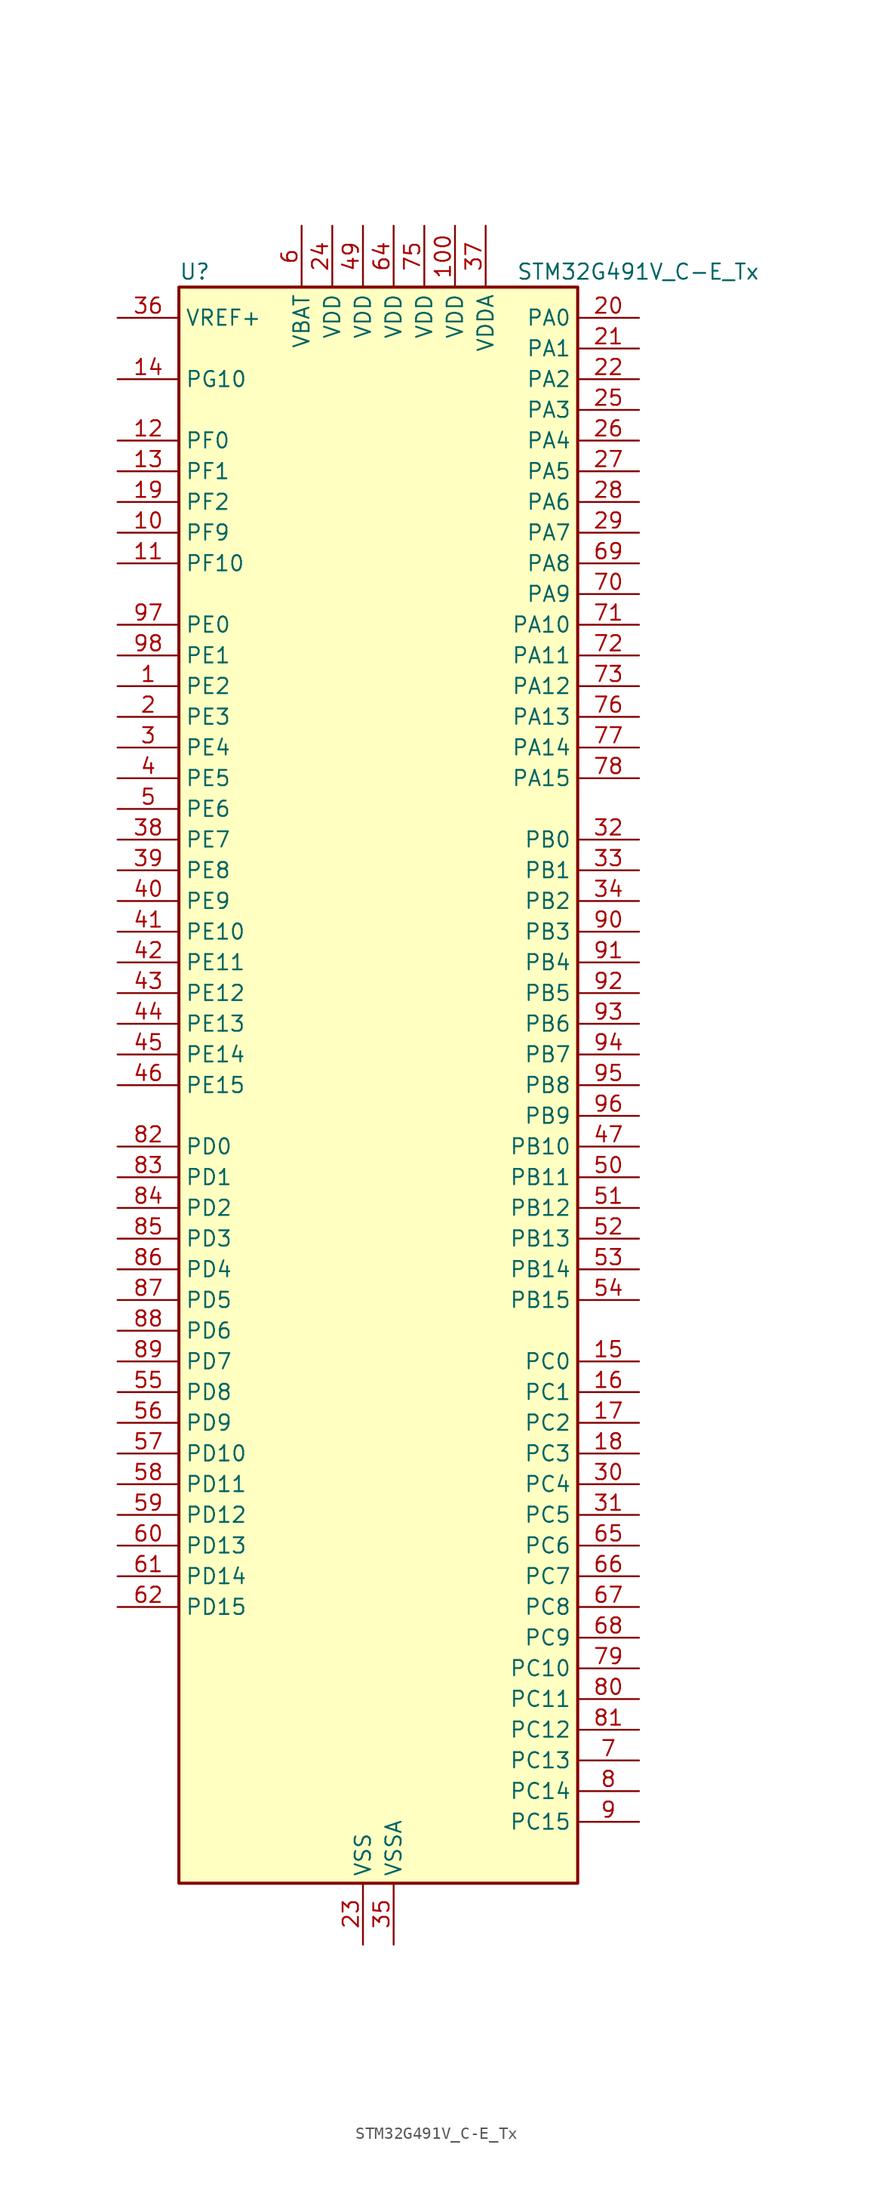
<source format=kicad_sym>
(kicad_symbol_lib
  (version 20231120)
  (generator "kicad_symbol_editor")
  (generator_version "8.0")
  (symbol "STM32G491V_C-E_Tx"
    (property "Reference" "U"
      (at -15.24 67.31 0)
      (effects (font (size 1.27 1.27)) (justify left)))
    (property "Value" "STM32G491V_C-E_Tx"
      (at 12.7 67.31 0)
      (effects (font (size 1.27 1.27)) (justify left)))
    (property "ki_locked" ""
      (at 0 0 0)
      (effects (font (size 1.27 1.27))))
    (symbol "STM32G491V_C-E_Tx_0_1"
      (rectangle (start -15.24 -66.04) (end 17.78 66.04) (stroke (width 0.254) (type default)) (fill (type background))))
    (symbol "STM32G491V_C-E_Tx_1_1"
      (pin bidirectional line (at -20.32 33.02 0) (length 5.08) (name "PE2" (effects (font (size 1.27 1.27)))) (number "1" (effects (font (size 1.27 1.27)))) (alternate "ADC3_EXTI2" bidirectional line) (alternate "SAI1_CK1" bidirectional line) (alternate "SAI1_MCLK_A" bidirectional line) (alternate "SYS_TRACECLK" bidirectional line) (alternate "TIM20_CH1" bidirectional line) (alternate "TIM3_CH1" bidirectional line))
      (pin bidirectional line (at -20.32 45.72 0) (length 5.08) (name "PF9" (effects (font (size 1.27 1.27)))) (number "10" (effects (font (size 1.27 1.27)))) (alternate "DAC1_EXTI9" bidirectional line) (alternate "DAC3_EXTI9" bidirectional line) (alternate "QUADSPI1_BK1_IO1" bidirectional line) (alternate "SAI1_FS_B" bidirectional line) (alternate "SPI2_SCK" bidirectional line) (alternate "TIM15_CH1" bidirectional line) (alternate "TIM20_BKIN" bidirectional line))
      (pin power_in line (at 7.62 71.12 270) (length 5.08) (name "VDD" (effects (font (size 1.27 1.27)))) (number "100" (effects (font (size 1.27 1.27)))))
      (pin bidirectional line (at -20.32 43.18 0) (length 5.08) (name "PF10" (effects (font (size 1.27 1.27)))) (number "11" (effects (font (size 1.27 1.27)))) (alternate "DAC1_EXTI10" bidirectional line) (alternate "DAC3_EXTI10" bidirectional line) (alternate "QUADSPI1_CLK" bidirectional line) (alternate "SAI1_D3" bidirectional line) (alternate "SPI2_SCK" bidirectional line) (alternate "TIM15_CH2" bidirectional line) (alternate "TIM20_BKIN2" bidirectional line))
      (pin bidirectional line (at -20.32 53.34 0) (length 5.08) (name "PF0" (effects (font (size 1.27 1.27)))) (number "12" (effects (font (size 1.27 1.27)))) (alternate "ADC1_IN10" bidirectional line) (alternate "I2C2_SDA" bidirectional line) (alternate "I2S2_WS" bidirectional line) (alternate "RCC_OSC_IN" bidirectional line) (alternate "SPI2_NSS" bidirectional line) (alternate "TIM1_CH3N" bidirectional line))
      (pin bidirectional line (at -20.32 50.8 0) (length 5.08) (name "PF1" (effects (font (size 1.27 1.27)))) (number "13" (effects (font (size 1.27 1.27)))) (alternate "ADC2_IN10" bidirectional line) (alternate "COMP3_INM" bidirectional line) (alternate "I2S2_CK" bidirectional line) (alternate "RCC_OSC_OUT" bidirectional line) (alternate "SPI2_SCK" bidirectional line))
      (pin bidirectional line (at -20.32 58.42 0) (length 5.08) (name "PG10" (effects (font (size 1.27 1.27)))) (number "14" (effects (font (size 1.27 1.27)))) (alternate "DAC1_EXTI10" bidirectional line) (alternate "DAC3_EXTI10" bidirectional line) (alternate "RCC_MCO" bidirectional line))
      (pin bidirectional line (at 22.86 -22.86 180) (length 5.08) (name "PC0" (effects (font (size 1.27 1.27)))) (number "15" (effects (font (size 1.27 1.27)))) (alternate "ADC1_IN6" bidirectional line) (alternate "ADC2_IN6" bidirectional line) (alternate "COMP3_INM" bidirectional line) (alternate "LPTIM1_IN1" bidirectional line) (alternate "LPUART1_RX" bidirectional line) (alternate "TIM1_CH1" bidirectional line))
      (pin bidirectional line (at 22.86 -25.4 180) (length 5.08) (name "PC1" (effects (font (size 1.27 1.27)))) (number "16" (effects (font (size 1.27 1.27)))) (alternate "ADC1_IN7" bidirectional line) (alternate "ADC2_IN7" bidirectional line) (alternate "COMP3_INP" bidirectional line) (alternate "LPTIM1_OUT" bidirectional line) (alternate "LPUART1_TX" bidirectional line) (alternate "QUADSPI1_BK2_IO0" bidirectional line) (alternate "SAI1_SD_A" bidirectional line) (alternate "TIM1_CH2" bidirectional line))
      (pin bidirectional line (at 22.86 -27.94 180) (length 5.08) (name "PC2" (effects (font (size 1.27 1.27)))) (number "17" (effects (font (size 1.27 1.27)))) (alternate "ADC1_IN8" bidirectional line) (alternate "ADC2_IN8" bidirectional line) (alternate "ADC3_EXTI2" bidirectional line) (alternate "COMP3_OUT" bidirectional line) (alternate "LPTIM1_IN2" bidirectional line) (alternate "QUADSPI1_BK2_IO1" bidirectional line) (alternate "TIM1_CH3" bidirectional line) (alternate "TIM20_CH2" bidirectional line))
      (pin bidirectional line (at 22.86 -30.48 180) (length 5.08) (name "PC3" (effects (font (size 1.27 1.27)))) (number "18" (effects (font (size 1.27 1.27)))) (alternate "ADC1_IN9" bidirectional line) (alternate "ADC2_IN9" bidirectional line) (alternate "ADC3_EXTI3" bidirectional line) (alternate "LPTIM1_ETR" bidirectional line) (alternate "QUADSPI1_BK2_IO2" bidirectional line) (alternate "SAI1_D1" bidirectional line) (alternate "SAI1_SD_A" bidirectional line) (alternate "TIM1_BKIN2" bidirectional line) (alternate "TIM1_CH4" bidirectional line))
      (pin bidirectional line (at -20.32 48.26 0) (length 5.08) (name "PF2" (effects (font (size 1.27 1.27)))) (number "19" (effects (font (size 1.27 1.27)))) (alternate "ADC3_EXTI2" bidirectional line) (alternate "I2C2_SMBA" bidirectional line) (alternate "TIM20_CH3" bidirectional line))
      (pin bidirectional line (at -20.32 30.48 0) (length 5.08) (name "PE3" (effects (font (size 1.27 1.27)))) (number "2" (effects (font (size 1.27 1.27)))) (alternate "ADC3_EXTI3" bidirectional line) (alternate "SAI1_SD_B" bidirectional line) (alternate "SYS_TRACED0" bidirectional line) (alternate "TIM20_CH2" bidirectional line) (alternate "TIM3_CH2" bidirectional line))
      (pin bidirectional line (at 22.86 63.5 180) (length 5.08) (name "PA0" (effects (font (size 1.27 1.27)))) (number "20" (effects (font (size 1.27 1.27)))) (alternate "ADC1_IN1" bidirectional line) (alternate "ADC2_IN1" bidirectional line) (alternate "COMP1_INM" bidirectional line) (alternate "COMP1_OUT" bidirectional line) (alternate "COMP3_INP" bidirectional line) (alternate "RTC_TAMP2" bidirectional line) (alternate "SYS_WKUP1" bidirectional line) (alternate "TIM2_CH1" bidirectional line) (alternate "TIM2_ETR" bidirectional line) (alternate "TIM8_BKIN" bidirectional line) (alternate "TIM8_ETR" bidirectional line) (alternate "USART2_CTS" bidirectional line) (alternate "USART2_NSS" bidirectional line))
      (pin bidirectional line (at 22.86 60.96 180) (length 5.08) (name "PA1" (effects (font (size 1.27 1.27)))) (number "21" (effects (font (size 1.27 1.27)))) (alternate "ADC1_IN2" bidirectional line) (alternate "ADC2_IN2" bidirectional line) (alternate "COMP1_INP" bidirectional line) (alternate "OPAMP1_VINP" bidirectional line) (alternate "OPAMP1_VINP_SEC" bidirectional line) (alternate "OPAMP3_VINP" bidirectional line) (alternate "OPAMP3_VINP_SEC" bidirectional line) (alternate "OPAMP6_VINM" bidirectional line) (alternate "OPAMP6_VINM0" bidirectional line) (alternate "OPAMP6_VINM_SEC" bidirectional line) (alternate "RTC_REFIN" bidirectional line) (alternate "TIM15_CH1N" bidirectional line) (alternate "TIM2_CH2" bidirectional line) (alternate "USART2_DE" bidirectional line) (alternate "USART2_RTS" bidirectional line))
      (pin bidirectional line (at 22.86 58.42 180) (length 5.08) (name "PA2" (effects (font (size 1.27 1.27)))) (number "22" (effects (font (size 1.27 1.27)))) (alternate "ADC1_IN3" bidirectional line) (alternate "ADC3_EXTI2" bidirectional line) (alternate "COMP2_INM" bidirectional line) (alternate "COMP2_OUT" bidirectional line) (alternate "LPUART1_TX" bidirectional line) (alternate "OPAMP1_VOUT" bidirectional line) (alternate "QUADSPI1_BK1_NCS" bidirectional line) (alternate "RCC_LSCO" bidirectional line) (alternate "SYS_WKUP4" bidirectional line) (alternate "TIM15_CH1" bidirectional line) (alternate "TIM2_CH3" bidirectional line) (alternate "UCPD1_FRSTX1" bidirectional line) (alternate "UCPD1_FRSTX2" bidirectional line) (alternate "USART2_TX" bidirectional line))
      (pin power_in line (at 0 -71.12 90) (length 5.08) (name "VSS" (effects (font (size 1.27 1.27)))) (number "23" (effects (font (size 1.27 1.27)))))
      (pin power_in line (at -2.54 71.12 270) (length 5.08) (name "VDD" (effects (font (size 1.27 1.27)))) (number "24" (effects (font (size 1.27 1.27)))))
      (pin bidirectional line (at 22.86 55.88 180) (length 5.08) (name "PA3" (effects (font (size 1.27 1.27)))) (number "25" (effects (font (size 1.27 1.27)))) (alternate "ADC1_IN4" bidirectional line) (alternate "ADC3_EXTI3" bidirectional line) (alternate "COMP2_INP" bidirectional line) (alternate "LPUART1_RX" bidirectional line) (alternate "OPAMP1_VINM" bidirectional line) (alternate "OPAMP1_VINM0" bidirectional line) (alternate "OPAMP1_VINM_SEC" bidirectional line) (alternate "OPAMP1_VINP" bidirectional line) (alternate "OPAMP1_VINP_SEC" bidirectional line) (alternate "QUADSPI1_CLK" bidirectional line) (alternate "SAI1_CK1" bidirectional line) (alternate "SAI1_MCLK_A" bidirectional line) (alternate "TIM15_CH2" bidirectional line) (alternate "TIM2_CH4" bidirectional line) (alternate "USART2_RX" bidirectional line))
      (pin bidirectional line (at 22.86 53.34 180) (length 5.08) (name "PA4" (effects (font (size 1.27 1.27)))) (number "26" (effects (font (size 1.27 1.27)))) (alternate "ADC2_IN17" bidirectional line) (alternate "COMP1_INM" bidirectional line) (alternate "DAC1_OUT1" bidirectional line) (alternate "I2S3_WS" bidirectional line) (alternate "SAI1_FS_B" bidirectional line) (alternate "SPI1_NSS" bidirectional line) (alternate "SPI3_NSS" bidirectional line) (alternate "TIM3_CH2" bidirectional line) (alternate "USART2_CK" bidirectional line))
      (pin bidirectional line (at 22.86 50.8 180) (length 5.08) (name "PA5" (effects (font (size 1.27 1.27)))) (number "27" (effects (font (size 1.27 1.27)))) (alternate "ADC2_IN13" bidirectional line) (alternate "COMP2_INM" bidirectional line) (alternate "DAC1_OUT2" bidirectional line) (alternate "OPAMP2_VINM" bidirectional line) (alternate "OPAMP2_VINM0" bidirectional line) (alternate "OPAMP2_VINM_SEC" bidirectional line) (alternate "SPI1_SCK" bidirectional line) (alternate "TIM2_CH1" bidirectional line) (alternate "TIM2_ETR" bidirectional line) (alternate "UCPD1_FRSTX1" bidirectional line) (alternate "UCPD1_FRSTX2" bidirectional line))
      (pin bidirectional line (at 22.86 48.26 180) (length 5.08) (name "PA6" (effects (font (size 1.27 1.27)))) (number "28" (effects (font (size 1.27 1.27)))) (alternate "ADC2_IN3" bidirectional line) (alternate "COMP1_OUT" bidirectional line) (alternate "LPUART1_CTS" bidirectional line) (alternate "OPAMP2_VOUT" bidirectional line) (alternate "QUADSPI1_BK1_IO3" bidirectional line) (alternate "SPI1_MISO" bidirectional line) (alternate "TIM16_CH1" bidirectional line) (alternate "TIM1_BKIN" bidirectional line) (alternate "TIM3_CH1" bidirectional line) (alternate "TIM8_BKIN" bidirectional line))
      (pin bidirectional line (at 22.86 45.72 180) (length 5.08) (name "PA7" (effects (font (size 1.27 1.27)))) (number "29" (effects (font (size 1.27 1.27)))) (alternate "ADC2_IN4" bidirectional line) (alternate "COMP2_INP" bidirectional line) (alternate "COMP2_OUT" bidirectional line) (alternate "OPAMP1_VINP" bidirectional line) (alternate "OPAMP1_VINP_SEC" bidirectional line) (alternate "OPAMP2_VINP" bidirectional line) (alternate "OPAMP2_VINP_SEC" bidirectional line) (alternate "QUADSPI1_BK1_IO2" bidirectional line) (alternate "SPI1_MOSI" bidirectional line) (alternate "TIM17_CH1" bidirectional line) (alternate "TIM1_CH1N" bidirectional line) (alternate "TIM3_CH2" bidirectional line) (alternate "TIM8_CH1N" bidirectional line) (alternate "UCPD1_FRSTX1" bidirectional line) (alternate "UCPD1_FRSTX2" bidirectional line))
      (pin bidirectional line (at -20.32 27.94 0) (length 5.08) (name "PE4" (effects (font (size 1.27 1.27)))) (number "3" (effects (font (size 1.27 1.27)))) (alternate "SAI1_D2" bidirectional line) (alternate "SAI1_FS_A" bidirectional line) (alternate "SYS_TRACED1" bidirectional line) (alternate "TIM20_CH1N" bidirectional line) (alternate "TIM3_CH3" bidirectional line))
      (pin bidirectional line (at 22.86 -33.02 180) (length 5.08) (name "PC4" (effects (font (size 1.27 1.27)))) (number "30" (effects (font (size 1.27 1.27)))) (alternate "ADC2_IN5" bidirectional line) (alternate "I2C2_SCL" bidirectional line) (alternate "QUADSPI1_BK2_IO3" bidirectional line) (alternate "TIM1_ETR" bidirectional line) (alternate "USART1_TX" bidirectional line))
      (pin bidirectional line (at 22.86 -35.56 180) (length 5.08) (name "PC5" (effects (font (size 1.27 1.27)))) (number "31" (effects (font (size 1.27 1.27)))) (alternate "ADC2_IN11" bidirectional line) (alternate "OPAMP1_VINM" bidirectional line) (alternate "OPAMP1_VINM1" bidirectional line) (alternate "OPAMP1_VINM_SEC" bidirectional line) (alternate "OPAMP2_VINM" bidirectional line) (alternate "OPAMP2_VINM1" bidirectional line) (alternate "OPAMP2_VINM_SEC" bidirectional line) (alternate "SAI1_D3" bidirectional line) (alternate "SYS_WKUP5" bidirectional line) (alternate "TIM15_BKIN" bidirectional line) (alternate "TIM1_CH4N" bidirectional line) (alternate "USART1_RX" bidirectional line))
      (pin bidirectional line (at 22.86 20.32 180) (length 5.08) (name "PB0" (effects (font (size 1.27 1.27)))) (number "32" (effects (font (size 1.27 1.27)))) (alternate "ADC1_IN15" bidirectional line) (alternate "ADC3_IN12" bidirectional line) (alternate "COMP4_INP" bidirectional line) (alternate "OPAMP2_VINP" bidirectional line) (alternate "OPAMP2_VINP_SEC" bidirectional line) (alternate "OPAMP3_VINP" bidirectional line) (alternate "OPAMP3_VINP_SEC" bidirectional line) (alternate "QUADSPI1_BK1_IO1" bidirectional line) (alternate "TIM1_CH2N" bidirectional line) (alternate "TIM3_CH3" bidirectional line) (alternate "TIM8_CH2N" bidirectional line) (alternate "UCPD1_FRSTX1" bidirectional line) (alternate "UCPD1_FRSTX2" bidirectional line))
      (pin bidirectional line (at 22.86 17.78 180) (length 5.08) (name "PB1" (effects (font (size 1.27 1.27)))) (number "33" (effects (font (size 1.27 1.27)))) (alternate "ADC1_IN12" bidirectional line) (alternate "ADC3_IN1" bidirectional line) (alternate "COMP1_INP" bidirectional line) (alternate "COMP4_OUT" bidirectional line) (alternate "LPUART1_DE" bidirectional line) (alternate "LPUART1_RTS" bidirectional line) (alternate "OPAMP3_VOUT" bidirectional line) (alternate "OPAMP6_VINM" bidirectional line) (alternate "OPAMP6_VINM1" bidirectional line) (alternate "OPAMP6_VINM_SEC" bidirectional line) (alternate "QUADSPI1_BK1_IO0" bidirectional line) (alternate "TIM1_CH3N" bidirectional line) (alternate "TIM3_CH4" bidirectional line) (alternate "TIM8_CH3N" bidirectional line))
      (pin bidirectional line (at 22.86 15.24 180) (length 5.08) (name "PB2" (effects (font (size 1.27 1.27)))) (number "34" (effects (font (size 1.27 1.27)))) (alternate "ADC2_IN12" bidirectional line) (alternate "ADC3_EXTI2" bidirectional line) (alternate "COMP4_INM" bidirectional line) (alternate "I2C3_SMBA" bidirectional line) (alternate "LPTIM1_OUT" bidirectional line) (alternate "OPAMP3_VINM" bidirectional line) (alternate "OPAMP3_VINM0" bidirectional line) (alternate "OPAMP3_VINM_SEC" bidirectional line) (alternate "QUADSPI1_BK2_IO1" bidirectional line) (alternate "RTC_OUT2" bidirectional line) (alternate "TIM20_CH1" bidirectional line))
      (pin power_in line (at 2.54 -71.12 90) (length 5.08) (name "VSSA" (effects (font (size 1.27 1.27)))) (number "35" (effects (font (size 1.27 1.27)))))
      (pin input line (at -20.32 63.5 0) (length 5.08) (name "VREF+" (effects (font (size 1.27 1.27)))) (number "36" (effects (font (size 1.27 1.27)))) (alternate "VREFBUF_OUT" bidirectional line))
      (pin power_in line (at 10.16 71.12 270) (length 5.08) (name "VDDA" (effects (font (size 1.27 1.27)))) (number "37" (effects (font (size 1.27 1.27)))))
      (pin bidirectional line (at -20.32 20.32 0) (length 5.08) (name "PE7" (effects (font (size 1.27 1.27)))) (number "38" (effects (font (size 1.27 1.27)))) (alternate "ADC3_IN4" bidirectional line) (alternate "COMP4_INP" bidirectional line) (alternate "SAI1_SD_B" bidirectional line) (alternate "TIM1_ETR" bidirectional line))
      (pin bidirectional line (at -20.32 17.78 0) (length 5.08) (name "PE8" (effects (font (size 1.27 1.27)))) (number "39" (effects (font (size 1.27 1.27)))) (alternate "ADC3_IN6" bidirectional line) (alternate "COMP4_INM" bidirectional line) (alternate "SAI1_SCK_B" bidirectional line) (alternate "TIM1_CH1N" bidirectional line))
      (pin bidirectional line (at -20.32 25.4 0) (length 5.08) (name "PE5" (effects (font (size 1.27 1.27)))) (number "4" (effects (font (size 1.27 1.27)))) (alternate "SAI1_CK2" bidirectional line) (alternate "SAI1_SCK_A" bidirectional line) (alternate "SYS_TRACED2" bidirectional line) (alternate "TIM20_CH2N" bidirectional line) (alternate "TIM3_CH4" bidirectional line))
      (pin bidirectional line (at -20.32 15.24 0) (length 5.08) (name "PE9" (effects (font (size 1.27 1.27)))) (number "40" (effects (font (size 1.27 1.27)))) (alternate "ADC3_IN2" bidirectional line) (alternate "DAC1_EXTI9" bidirectional line) (alternate "DAC3_EXTI9" bidirectional line) (alternate "SAI1_FS_B" bidirectional line) (alternate "TIM1_CH1" bidirectional line))
      (pin bidirectional line (at -20.32 12.7 0) (length 5.08) (name "PE10" (effects (font (size 1.27 1.27)))) (number "41" (effects (font (size 1.27 1.27)))) (alternate "ADC3_IN14" bidirectional line) (alternate "DAC1_EXTI10" bidirectional line) (alternate "DAC3_EXTI10" bidirectional line) (alternate "QUADSPI1_CLK" bidirectional line) (alternate "SAI1_MCLK_B" bidirectional line) (alternate "TIM1_CH2N" bidirectional line))
      (pin bidirectional line (at -20.32 10.16 0) (length 5.08) (name "PE11" (effects (font (size 1.27 1.27)))) (number "42" (effects (font (size 1.27 1.27)))) (alternate "ADC1_EXTI11" bidirectional line) (alternate "ADC2_EXTI11" bidirectional line) (alternate "ADC3_IN15" bidirectional line) (alternate "QUADSPI1_BK1_NCS" bidirectional line) (alternate "TIM1_CH2" bidirectional line))
      (pin bidirectional line (at -20.32 7.62 0) (length 5.08) (name "PE12" (effects (font (size 1.27 1.27)))) (number "43" (effects (font (size 1.27 1.27)))) (alternate "ADC3_IN16" bidirectional line) (alternate "QUADSPI1_BK1_IO0" bidirectional line) (alternate "TIM1_CH3N" bidirectional line))
      (pin bidirectional line (at -20.32 5.08 0) (length 5.08) (name "PE13" (effects (font (size 1.27 1.27)))) (number "44" (effects (font (size 1.27 1.27)))) (alternate "ADC3_IN3" bidirectional line) (alternate "QUADSPI1_BK1_IO1" bidirectional line) (alternate "TIM1_CH3" bidirectional line))
      (pin bidirectional line (at -20.32 2.54 0) (length 5.08) (name "PE14" (effects (font (size 1.27 1.27)))) (number "45" (effects (font (size 1.27 1.27)))) (alternate "QUADSPI1_BK1_IO2" bidirectional line) (alternate "TIM1_BKIN2" bidirectional line) (alternate "TIM1_CH4" bidirectional line))
      (pin bidirectional line (at -20.32 0 0) (length 5.08) (name "PE15" (effects (font (size 1.27 1.27)))) (number "46" (effects (font (size 1.27 1.27)))) (alternate "ADC1_EXTI15" bidirectional line) (alternate "ADC2_EXTI15" bidirectional line) (alternate "QUADSPI1_BK1_IO3" bidirectional line) (alternate "TIM1_BKIN" bidirectional line) (alternate "TIM1_CH4N" bidirectional line) (alternate "USART3_RX" bidirectional line))
      (pin bidirectional line (at 22.86 -5.08 180) (length 5.08) (name "PB10" (effects (font (size 1.27 1.27)))) (number "47" (effects (font (size 1.27 1.27)))) (alternate "DAC1_EXTI10" bidirectional line) (alternate "DAC3_EXTI10" bidirectional line) (alternate "LPUART1_RX" bidirectional line) (alternate "OPAMP3_VINM" bidirectional line) (alternate "OPAMP3_VINM1" bidirectional line) (alternate "OPAMP3_VINM_SEC" bidirectional line) (alternate "QUADSPI1_CLK" bidirectional line) (alternate "SAI1_SCK_A" bidirectional line) (alternate "TIM1_BKIN" bidirectional line) (alternate "TIM2_CH3" bidirectional line) (alternate "USART3_TX" bidirectional line))
      (pin passive line (at 0 -71.12 90) (length 5.08) hide (name "VSS" (effects (font (size 1.27 1.27)))) (number "48" (effects (font (size 1.27 1.27)))))
      (pin power_in line (at 0 71.12 270) (length 5.08) (name "VDD" (effects (font (size 1.27 1.27)))) (number "49" (effects (font (size 1.27 1.27)))))
      (pin bidirectional line (at -20.32 22.86 0) (length 5.08) (name "PE6" (effects (font (size 1.27 1.27)))) (number "5" (effects (font (size 1.27 1.27)))) (alternate "RTC_TAMP3" bidirectional line) (alternate "SAI1_D1" bidirectional line) (alternate "SAI1_SD_A" bidirectional line) (alternate "SYS_TRACED3" bidirectional line) (alternate "SYS_WKUP3" bidirectional line) (alternate "TIM20_CH3N" bidirectional line))
      (pin bidirectional line (at 22.86 -7.62 180) (length 5.08) (name "PB11" (effects (font (size 1.27 1.27)))) (number "50" (effects (font (size 1.27 1.27)))) (alternate "ADC1_EXTI11" bidirectional line) (alternate "ADC1_IN14" bidirectional line) (alternate "ADC2_EXTI11" bidirectional line) (alternate "ADC2_IN14" bidirectional line) (alternate "LPUART1_TX" bidirectional line) (alternate "OPAMP6_VOUT" bidirectional line) (alternate "QUADSPI1_BK1_NCS" bidirectional line) (alternate "TIM2_CH4" bidirectional line) (alternate "USART3_RX" bidirectional line))
      (pin bidirectional line (at 22.86 -10.16 180) (length 5.08) (name "PB12" (effects (font (size 1.27 1.27)))) (number "51" (effects (font (size 1.27 1.27)))) (alternate "ADC1_IN11" bidirectional line) (alternate "FDCAN2_RX" bidirectional line) (alternate "I2C2_SMBA" bidirectional line) (alternate "I2S2_WS" bidirectional line) (alternate "LPUART1_DE" bidirectional line) (alternate "LPUART1_RTS" bidirectional line) (alternate "OPAMP6_VINP" bidirectional line) (alternate "OPAMP6_VINP_SEC" bidirectional line) (alternate "SPI2_NSS" bidirectional line) (alternate "TIM1_BKIN" bidirectional line) (alternate "USART3_CK" bidirectional line))
      (pin bidirectional line (at 22.86 -12.7 180) (length 5.08) (name "PB13" (effects (font (size 1.27 1.27)))) (number "52" (effects (font (size 1.27 1.27)))) (alternate "ADC3_IN5" bidirectional line) (alternate "FDCAN2_TX" bidirectional line) (alternate "I2S2_CK" bidirectional line) (alternate "LPUART1_CTS" bidirectional line) (alternate "OPAMP3_VINP" bidirectional line) (alternate "OPAMP3_VINP_SEC" bidirectional line) (alternate "OPAMP6_VINP" bidirectional line) (alternate "OPAMP6_VINP_SEC" bidirectional line) (alternate "SPI2_SCK" bidirectional line) (alternate "TIM1_CH1N" bidirectional line) (alternate "USART3_CTS" bidirectional line) (alternate "USART3_NSS" bidirectional line))
      (pin bidirectional line (at 22.86 -15.24 180) (length 5.08) (name "PB14" (effects (font (size 1.27 1.27)))) (number "53" (effects (font (size 1.27 1.27)))) (alternate "ADC1_IN5" bidirectional line) (alternate "COMP4_OUT" bidirectional line) (alternate "OPAMP2_VINP" bidirectional line) (alternate "OPAMP2_VINP_SEC" bidirectional line) (alternate "SPI2_MISO" bidirectional line) (alternate "TIM15_CH1" bidirectional line) (alternate "TIM1_CH2N" bidirectional line) (alternate "USART3_DE" bidirectional line) (alternate "USART3_RTS" bidirectional line))
      (pin bidirectional line (at 22.86 -17.78 180) (length 5.08) (name "PB15" (effects (font (size 1.27 1.27)))) (number "54" (effects (font (size 1.27 1.27)))) (alternate "ADC1_EXTI15" bidirectional line) (alternate "ADC2_EXTI15" bidirectional line) (alternate "ADC2_IN15" bidirectional line) (alternate "COMP3_OUT" bidirectional line) (alternate "I2S2_SD" bidirectional line) (alternate "RTC_REFIN" bidirectional line) (alternate "SPI2_MOSI" bidirectional line) (alternate "TIM15_CH1N" bidirectional line) (alternate "TIM15_CH2" bidirectional line) (alternate "TIM1_CH3N" bidirectional line))
      (pin bidirectional line (at -20.32 -25.4 0) (length 5.08) (name "PD8" (effects (font (size 1.27 1.27)))) (number "55" (effects (font (size 1.27 1.27)))) (alternate "USART3_TX" bidirectional line))
      (pin bidirectional line (at -20.32 -27.94 0) (length 5.08) (name "PD9" (effects (font (size 1.27 1.27)))) (number "56" (effects (font (size 1.27 1.27)))) (alternate "DAC1_EXTI9" bidirectional line) (alternate "DAC3_EXTI9" bidirectional line) (alternate "OPAMP6_VINP" bidirectional line) (alternate "OPAMP6_VINP_SEC" bidirectional line) (alternate "USART3_RX" bidirectional line))
      (pin bidirectional line (at -20.32 -30.48 0) (length 5.08) (name "PD10" (effects (font (size 1.27 1.27)))) (number "57" (effects (font (size 1.27 1.27)))) (alternate "ADC3_IN7" bidirectional line) (alternate "DAC1_EXTI10" bidirectional line) (alternate "DAC3_EXTI10" bidirectional line) (alternate "USART3_CK" bidirectional line))
      (pin bidirectional line (at -20.32 -33.02 0) (length 5.08) (name "PD11" (effects (font (size 1.27 1.27)))) (number "58" (effects (font (size 1.27 1.27)))) (alternate "ADC1_EXTI11" bidirectional line) (alternate "ADC2_EXTI11" bidirectional line) (alternate "ADC3_IN8" bidirectional line) (alternate "USART3_CTS" bidirectional line) (alternate "USART3_NSS" bidirectional line))
      (pin bidirectional line (at -20.32 -35.56 0) (length 5.08) (name "PD12" (effects (font (size 1.27 1.27)))) (number "59" (effects (font (size 1.27 1.27)))) (alternate "ADC3_IN9" bidirectional line) (alternate "TIM4_CH1" bidirectional line) (alternate "USART3_DE" bidirectional line) (alternate "USART3_RTS" bidirectional line))
      (pin power_in line (at -5.08 71.12 270) (length 5.08) (name "VBAT" (effects (font (size 1.27 1.27)))) (number "6" (effects (font (size 1.27 1.27)))))
      (pin bidirectional line (at -20.32 -38.1 0) (length 5.08) (name "PD13" (effects (font (size 1.27 1.27)))) (number "60" (effects (font (size 1.27 1.27)))) (alternate "ADC3_IN10" bidirectional line) (alternate "TIM4_CH2" bidirectional line))
      (pin bidirectional line (at -20.32 -40.64 0) (length 5.08) (name "PD14" (effects (font (size 1.27 1.27)))) (number "61" (effects (font (size 1.27 1.27)))) (alternate "ADC3_IN11" bidirectional line) (alternate "OPAMP2_VINP" bidirectional line) (alternate "OPAMP2_VINP_SEC" bidirectional line) (alternate "TIM4_CH3" bidirectional line))
      (pin bidirectional line (at -20.32 -43.18 0) (length 5.08) (name "PD15" (effects (font (size 1.27 1.27)))) (number "62" (effects (font (size 1.27 1.27)))) (alternate "ADC1_EXTI15" bidirectional line) (alternate "ADC2_EXTI15" bidirectional line) (alternate "SPI2_NSS" bidirectional line) (alternate "TIM4_CH4" bidirectional line))
      (pin passive line (at 0 -71.12 90) (length 5.08) hide (name "VSS" (effects (font (size 1.27 1.27)))) (number "63" (effects (font (size 1.27 1.27)))))
      (pin power_in line (at 2.54 71.12 270) (length 5.08) (name "VDD" (effects (font (size 1.27 1.27)))) (number "64" (effects (font (size 1.27 1.27)))))
      (pin bidirectional line (at 22.86 -38.1 180) (length 5.08) (name "PC6" (effects (font (size 1.27 1.27)))) (number "65" (effects (font (size 1.27 1.27)))) (alternate "I2S2_MCK" bidirectional line) (alternate "TIM3_CH1" bidirectional line) (alternate "TIM8_CH1" bidirectional line))
      (pin bidirectional line (at 22.86 -40.64 180) (length 5.08) (name "PC7" (effects (font (size 1.27 1.27)))) (number "66" (effects (font (size 1.27 1.27)))) (alternate "I2S3_MCK" bidirectional line) (alternate "TIM3_CH2" bidirectional line) (alternate "TIM8_CH2" bidirectional line))
      (pin bidirectional line (at 22.86 -43.18 180) (length 5.08) (name "PC8" (effects (font (size 1.27 1.27)))) (number "67" (effects (font (size 1.27 1.27)))) (alternate "I2C3_SCL" bidirectional line) (alternate "TIM20_CH3" bidirectional line) (alternate "TIM3_CH3" bidirectional line) (alternate "TIM8_CH3" bidirectional line))
      (pin bidirectional line (at 22.86 -45.72 180) (length 5.08) (name "PC9" (effects (font (size 1.27 1.27)))) (number "68" (effects (font (size 1.27 1.27)))) (alternate "DAC1_EXTI9" bidirectional line) (alternate "DAC3_EXTI9" bidirectional line) (alternate "I2C3_SDA" bidirectional line) (alternate "I2S_CKIN" bidirectional line) (alternate "TIM3_CH4" bidirectional line) (alternate "TIM8_BKIN2" bidirectional line) (alternate "TIM8_CH4" bidirectional line))
      (pin bidirectional line (at 22.86 43.18 180) (length 5.08) (name "PA8" (effects (font (size 1.27 1.27)))) (number "69" (effects (font (size 1.27 1.27)))) (alternate "I2C2_SDA" bidirectional line) (alternate "I2C3_SCL" bidirectional line) (alternate "I2S2_MCK" bidirectional line) (alternate "RCC_MCO" bidirectional line) (alternate "SAI1_CK2" bidirectional line) (alternate "SAI1_SCK_A" bidirectional line) (alternate "TIM1_CH1" bidirectional line) (alternate "TIM4_ETR" bidirectional line) (alternate "USART1_CK" bidirectional line))
      (pin bidirectional line (at 22.86 -55.88 180) (length 5.08) (name "PC13" (effects (font (size 1.27 1.27)))) (number "7" (effects (font (size 1.27 1.27)))) (alternate "RTC_OUT1" bidirectional line) (alternate "RTC_TAMP1" bidirectional line) (alternate "RTC_TS" bidirectional line) (alternate "SYS_WKUP2" bidirectional line) (alternate "TIM1_BKIN" bidirectional line) (alternate "TIM1_CH1N" bidirectional line) (alternate "TIM8_CH4N" bidirectional line))
      (pin bidirectional line (at 22.86 40.64 180) (length 5.08) (name "PA9" (effects (font (size 1.27 1.27)))) (number "70" (effects (font (size 1.27 1.27)))) (alternate "DAC1_EXTI9" bidirectional line) (alternate "DAC3_EXTI9" bidirectional line) (alternate "I2C2_SCL" bidirectional line) (alternate "I2C3_SMBA" bidirectional line) (alternate "I2S3_MCK" bidirectional line) (alternate "SAI1_FS_A" bidirectional line) (alternate "TIM15_BKIN" bidirectional line) (alternate "TIM1_CH2" bidirectional line) (alternate "TIM2_CH3" bidirectional line) (alternate "UCPD1_DBCC1" bidirectional line) (alternate "USART1_TX" bidirectional line))
      (pin bidirectional line (at 22.86 38.1 180) (length 5.08) (name "PA10" (effects (font (size 1.27 1.27)))) (number "71" (effects (font (size 1.27 1.27)))) (alternate "CRS_SYNC" bidirectional line) (alternate "DAC1_EXTI10" bidirectional line) (alternate "DAC3_EXTI10" bidirectional line) (alternate "I2C2_SMBA" bidirectional line) (alternate "SAI1_D1" bidirectional line) (alternate "SAI1_SD_A" bidirectional line) (alternate "SPI2_MISO" bidirectional line) (alternate "TIM17_BKIN" bidirectional line) (alternate "TIM1_CH3" bidirectional line) (alternate "TIM2_CH4" bidirectional line) (alternate "TIM8_BKIN" bidirectional line) (alternate "UCPD1_DBCC2" bidirectional line) (alternate "USART1_RX" bidirectional line))
      (pin bidirectional line (at 22.86 35.56 180) (length 5.08) (name "PA11" (effects (font (size 1.27 1.27)))) (number "72" (effects (font (size 1.27 1.27)))) (alternate "ADC1_EXTI11" bidirectional line) (alternate "ADC2_EXTI11" bidirectional line) (alternate "COMP1_OUT" bidirectional line) (alternate "FDCAN1_RX" bidirectional line) (alternate "I2S2_SD" bidirectional line) (alternate "SPI2_MOSI" bidirectional line) (alternate "TIM1_BKIN2" bidirectional line) (alternate "TIM1_CH1N" bidirectional line) (alternate "TIM1_CH4" bidirectional line) (alternate "TIM4_CH1" bidirectional line) (alternate "USART1_CTS" bidirectional line) (alternate "USART1_NSS" bidirectional line) (alternate "USB_DM" bidirectional line))
      (pin bidirectional line (at 22.86 33.02 180) (length 5.08) (name "PA12" (effects (font (size 1.27 1.27)))) (number "73" (effects (font (size 1.27 1.27)))) (alternate "COMP2_OUT" bidirectional line) (alternate "FDCAN1_TX" bidirectional line) (alternate "I2S_CKIN" bidirectional line) (alternate "TIM16_CH1" bidirectional line) (alternate "TIM1_CH2N" bidirectional line) (alternate "TIM1_ETR" bidirectional line) (alternate "TIM4_CH2" bidirectional line) (alternate "USART1_DE" bidirectional line) (alternate "USART1_RTS" bidirectional line) (alternate "USB_DP" bidirectional line))
      (pin passive line (at 0 -71.12 90) (length 5.08) hide (name "VSS" (effects (font (size 1.27 1.27)))) (number "74" (effects (font (size 1.27 1.27)))))
      (pin power_in line (at 5.08 71.12 270) (length 5.08) (name "VDD" (effects (font (size 1.27 1.27)))) (number "75" (effects (font (size 1.27 1.27)))))
      (pin bidirectional line (at 22.86 30.48 180) (length 5.08) (name "PA13" (effects (font (size 1.27 1.27)))) (number "76" (effects (font (size 1.27 1.27)))) (alternate "I2C1_SCL" bidirectional line) (alternate "IR_OUT" bidirectional line) (alternate "SAI1_SD_B" bidirectional line) (alternate "SYS_JTMS-SWDIO" bidirectional line) (alternate "TIM16_CH1N" bidirectional line) (alternate "TIM4_CH3" bidirectional line) (alternate "USART3_CTS" bidirectional line) (alternate "USART3_NSS" bidirectional line))
      (pin bidirectional line (at 22.86 27.94 180) (length 5.08) (name "PA14" (effects (font (size 1.27 1.27)))) (number "77" (effects (font (size 1.27 1.27)))) (alternate "I2C1_SDA" bidirectional line) (alternate "LPTIM1_OUT" bidirectional line) (alternate "SAI1_FS_B" bidirectional line) (alternate "SYS_JTCK-SWCLK" bidirectional line) (alternate "TIM1_BKIN" bidirectional line) (alternate "TIM8_CH2" bidirectional line) (alternate "USART2_TX" bidirectional line))
      (pin bidirectional line (at 22.86 25.4 180) (length 5.08) (name "PA15" (effects (font (size 1.27 1.27)))) (number "78" (effects (font (size 1.27 1.27)))) (alternate "ADC1_EXTI15" bidirectional line) (alternate "ADC2_EXTI15" bidirectional line) (alternate "I2C1_SCL" bidirectional line) (alternate "I2S3_WS" bidirectional line) (alternate "SPI1_NSS" bidirectional line) (alternate "SPI3_NSS" bidirectional line) (alternate "SYS_JTDI" bidirectional line) (alternate "TIM1_BKIN" bidirectional line) (alternate "TIM20_ETR" bidirectional line) (alternate "TIM2_CH1" bidirectional line) (alternate "TIM2_ETR" bidirectional line) (alternate "TIM8_CH1" bidirectional line) (alternate "UART4_DE" bidirectional line) (alternate "UART4_RTS" bidirectional line) (alternate "USART2_RX" bidirectional line))
      (pin bidirectional line (at 22.86 -48.26 180) (length 5.08) (name "PC10" (effects (font (size 1.27 1.27)))) (number "79" (effects (font (size 1.27 1.27)))) (alternate "DAC1_EXTI10" bidirectional line) (alternate "DAC3_EXTI10" bidirectional line) (alternate "I2S3_CK" bidirectional line) (alternate "SPI3_SCK" bidirectional line) (alternate "TIM8_CH1N" bidirectional line) (alternate "UART4_TX" bidirectional line) (alternate "USART3_TX" bidirectional line))
      (pin bidirectional line (at 22.86 -58.42 180) (length 5.08) (name "PC14" (effects (font (size 1.27 1.27)))) (number "8" (effects (font (size 1.27 1.27)))) (alternate "RCC_OSC32_IN" bidirectional line))
      (pin bidirectional line (at 22.86 -50.8 180) (length 5.08) (name "PC11" (effects (font (size 1.27 1.27)))) (number "80" (effects (font (size 1.27 1.27)))) (alternate "ADC1_EXTI11" bidirectional line) (alternate "ADC2_EXTI11" bidirectional line) (alternate "I2C3_SDA" bidirectional line) (alternate "SPI3_MISO" bidirectional line) (alternate "TIM8_CH2N" bidirectional line) (alternate "UART4_RX" bidirectional line) (alternate "USART3_RX" bidirectional line))
      (pin bidirectional line (at 22.86 -53.34 180) (length 5.08) (name "PC12" (effects (font (size 1.27 1.27)))) (number "81" (effects (font (size 1.27 1.27)))) (alternate "I2S3_SD" bidirectional line) (alternate "SPI3_MOSI" bidirectional line) (alternate "TIM8_CH3N" bidirectional line) (alternate "UART5_TX" bidirectional line) (alternate "UCPD1_FRSTX1" bidirectional line) (alternate "UCPD1_FRSTX2" bidirectional line) (alternate "USART3_CK" bidirectional line))
      (pin bidirectional line (at -20.32 -5.08 0) (length 5.08) (name "PD0" (effects (font (size 1.27 1.27)))) (number "82" (effects (font (size 1.27 1.27)))) (alternate "FDCAN1_RX" bidirectional line) (alternate "TIM8_CH4N" bidirectional line))
      (pin bidirectional line (at -20.32 -7.62 0) (length 5.08) (name "PD1" (effects (font (size 1.27 1.27)))) (number "83" (effects (font (size 1.27 1.27)))) (alternate "FDCAN1_TX" bidirectional line) (alternate "TIM8_BKIN2" bidirectional line) (alternate "TIM8_CH4" bidirectional line))
      (pin bidirectional line (at -20.32 -10.16 0) (length 5.08) (name "PD2" (effects (font (size 1.27 1.27)))) (number "84" (effects (font (size 1.27 1.27)))) (alternate "ADC3_EXTI2" bidirectional line) (alternate "TIM3_ETR" bidirectional line) (alternate "TIM8_BKIN" bidirectional line) (alternate "UART5_RX" bidirectional line))
      (pin bidirectional line (at -20.32 -12.7 0) (length 5.08) (name "PD3" (effects (font (size 1.27 1.27)))) (number "85" (effects (font (size 1.27 1.27)))) (alternate "ADC3_EXTI3" bidirectional line) (alternate "QUADSPI1_BK2_NCS" bidirectional line) (alternate "TIM2_CH1" bidirectional line) (alternate "TIM2_ETR" bidirectional line) (alternate "USART2_CTS" bidirectional line) (alternate "USART2_NSS" bidirectional line))
      (pin bidirectional line (at -20.32 -15.24 0) (length 5.08) (name "PD4" (effects (font (size 1.27 1.27)))) (number "86" (effects (font (size 1.27 1.27)))) (alternate "QUADSPI1_BK2_IO0" bidirectional line) (alternate "TIM2_CH2" bidirectional line) (alternate "USART2_DE" bidirectional line) (alternate "USART2_RTS" bidirectional line))
      (pin bidirectional line (at -20.32 -17.78 0) (length 5.08) (name "PD5" (effects (font (size 1.27 1.27)))) (number "87" (effects (font (size 1.27 1.27)))) (alternate "QUADSPI1_BK2_IO1" bidirectional line) (alternate "USART2_TX" bidirectional line))
      (pin bidirectional line (at -20.32 -20.32 0) (length 5.08) (name "PD6" (effects (font (size 1.27 1.27)))) (number "88" (effects (font (size 1.27 1.27)))) (alternate "QUADSPI1_BK2_IO2" bidirectional line) (alternate "SAI1_D1" bidirectional line) (alternate "SAI1_SD_A" bidirectional line) (alternate "TIM2_CH4" bidirectional line) (alternate "USART2_RX" bidirectional line))
      (pin bidirectional line (at -20.32 -22.86 0) (length 5.08) (name "PD7" (effects (font (size 1.27 1.27)))) (number "89" (effects (font (size 1.27 1.27)))) (alternate "QUADSPI1_BK2_IO3" bidirectional line) (alternate "TIM2_CH3" bidirectional line) (alternate "USART2_CK" bidirectional line))
      (pin bidirectional line (at 22.86 -60.96 180) (length 5.08) (name "PC15" (effects (font (size 1.27 1.27)))) (number "9" (effects (font (size 1.27 1.27)))) (alternate "ADC1_EXTI15" bidirectional line) (alternate "ADC2_EXTI15" bidirectional line) (alternate "RCC_OSC32_OUT" bidirectional line))
      (pin bidirectional line (at 22.86 12.7 180) (length 5.08) (name "PB3" (effects (font (size 1.27 1.27)))) (number "90" (effects (font (size 1.27 1.27)))) (alternate "ADC3_EXTI3" bidirectional line) (alternate "CRS_SYNC" bidirectional line) (alternate "I2S3_CK" bidirectional line) (alternate "SAI1_SCK_B" bidirectional line) (alternate "SPI1_SCK" bidirectional line) (alternate "SPI3_SCK" bidirectional line) (alternate "SYS_JTDO-SWO" bidirectional line) (alternate "TIM2_CH2" bidirectional line) (alternate "TIM3_ETR" bidirectional line) (alternate "TIM4_ETR" bidirectional line) (alternate "TIM8_CH1N" bidirectional line) (alternate "USART2_TX" bidirectional line))
      (pin bidirectional line (at 22.86 10.16 180) (length 5.08) (name "PB4" (effects (font (size 1.27 1.27)))) (number "91" (effects (font (size 1.27 1.27)))) (alternate "SAI1_MCLK_B" bidirectional line) (alternate "SPI1_MISO" bidirectional line) (alternate "SPI3_MISO" bidirectional line) (alternate "SYS_JTRST" bidirectional line) (alternate "TIM16_CH1" bidirectional line) (alternate "TIM17_BKIN" bidirectional line) (alternate "TIM3_CH1" bidirectional line) (alternate "TIM8_CH2N" bidirectional line) (alternate "UART5_DE" bidirectional line) (alternate "UART5_RTS" bidirectional line) (alternate "UCPD1_CC2" bidirectional line) (alternate "USART2_RX" bidirectional line))
      (pin bidirectional line (at 22.86 7.62 180) (length 5.08) (name "PB5" (effects (font (size 1.27 1.27)))) (number "92" (effects (font (size 1.27 1.27)))) (alternate "FDCAN2_RX" bidirectional line) (alternate "I2C1_SMBA" bidirectional line) (alternate "I2C3_SDA" bidirectional line) (alternate "I2S3_SD" bidirectional line) (alternate "LPTIM1_IN1" bidirectional line) (alternate "SAI1_SD_B" bidirectional line) (alternate "SPI1_MOSI" bidirectional line) (alternate "SPI3_MOSI" bidirectional line) (alternate "TIM16_BKIN" bidirectional line) (alternate "TIM17_CH1" bidirectional line) (alternate "TIM3_CH2" bidirectional line) (alternate "TIM8_CH3N" bidirectional line) (alternate "UART5_CTS" bidirectional line) (alternate "USART2_CK" bidirectional line))
      (pin bidirectional line (at 22.86 5.08 180) (length 5.08) (name "PB6" (effects (font (size 1.27 1.27)))) (number "93" (effects (font (size 1.27 1.27)))) (alternate "COMP4_OUT" bidirectional line) (alternate "FDCAN2_TX" bidirectional line) (alternate "LPTIM1_ETR" bidirectional line) (alternate "SAI1_FS_B" bidirectional line) (alternate "TIM16_CH1N" bidirectional line) (alternate "TIM4_CH1" bidirectional line) (alternate "TIM8_BKIN2" bidirectional line) (alternate "TIM8_CH1" bidirectional line) (alternate "TIM8_ETR" bidirectional line) (alternate "UCPD1_CC1" bidirectional line) (alternate "USART1_TX" bidirectional line))
      (pin bidirectional line (at 22.86 2.54 180) (length 5.08) (name "PB7" (effects (font (size 1.27 1.27)))) (number "94" (effects (font (size 1.27 1.27)))) (alternate "COMP3_OUT" bidirectional line) (alternate "I2C1_SDA" bidirectional line) (alternate "LPTIM1_IN2" bidirectional line) (alternate "SYS_PVD_IN" bidirectional line) (alternate "TIM17_CH1N" bidirectional line) (alternate "TIM3_CH4" bidirectional line) (alternate "TIM4_CH2" bidirectional line) (alternate "TIM8_BKIN" bidirectional line) (alternate "UART4_CTS" bidirectional line) (alternate "USART1_RX" bidirectional line))
      (pin bidirectional line (at 22.86 0 180) (length 5.08) (name "PB8" (effects (font (size 1.27 1.27)))) (number "95" (effects (font (size 1.27 1.27)))) (alternate "COMP1_OUT" bidirectional line) (alternate "FDCAN1_RX" bidirectional line) (alternate "I2C1_SCL" bidirectional line) (alternate "SAI1_CK1" bidirectional line) (alternate "SAI1_MCLK_A" bidirectional line) (alternate "TIM16_CH1" bidirectional line) (alternate "TIM1_BKIN" bidirectional line) (alternate "TIM4_CH3" bidirectional line) (alternate "TIM8_CH2" bidirectional line) (alternate "USART3_RX" bidirectional line))
      (pin bidirectional line (at 22.86 -2.54 180) (length 5.08) (name "PB9" (effects (font (size 1.27 1.27)))) (number "96" (effects (font (size 1.27 1.27)))) (alternate "COMP2_OUT" bidirectional line) (alternate "DAC1_EXTI9" bidirectional line) (alternate "DAC3_EXTI9" bidirectional line) (alternate "FDCAN1_TX" bidirectional line) (alternate "I2C1_SDA" bidirectional line) (alternate "IR_OUT" bidirectional line) (alternate "SAI1_D2" bidirectional line) (alternate "SAI1_FS_A" bidirectional line) (alternate "TIM17_CH1" bidirectional line) (alternate "TIM1_CH3N" bidirectional line) (alternate "TIM4_CH4" bidirectional line) (alternate "TIM8_CH3" bidirectional line) (alternate "USART3_TX" bidirectional line))
      (pin bidirectional line (at -20.32 38.1 0) (length 5.08) (name "PE0" (effects (font (size 1.27 1.27)))) (number "97" (effects (font (size 1.27 1.27)))) (alternate "TIM16_CH1" bidirectional line) (alternate "TIM20_CH4N" bidirectional line) (alternate "TIM20_ETR" bidirectional line) (alternate "TIM4_ETR" bidirectional line) (alternate "USART1_TX" bidirectional line))
      (pin bidirectional line (at -20.32 35.56 0) (length 5.08) (name "PE1" (effects (font (size 1.27 1.27)))) (number "98" (effects (font (size 1.27 1.27)))) (alternate "TIM17_CH1" bidirectional line) (alternate "TIM20_CH4" bidirectional line) (alternate "USART1_RX" bidirectional line))
      (pin passive line (at 0 -71.12 90) (length 5.08) hide (name "VSS" (effects (font (size 1.27 1.27)))) (number "99" (effects (font (size 1.27 1.27))))))))
</source>
